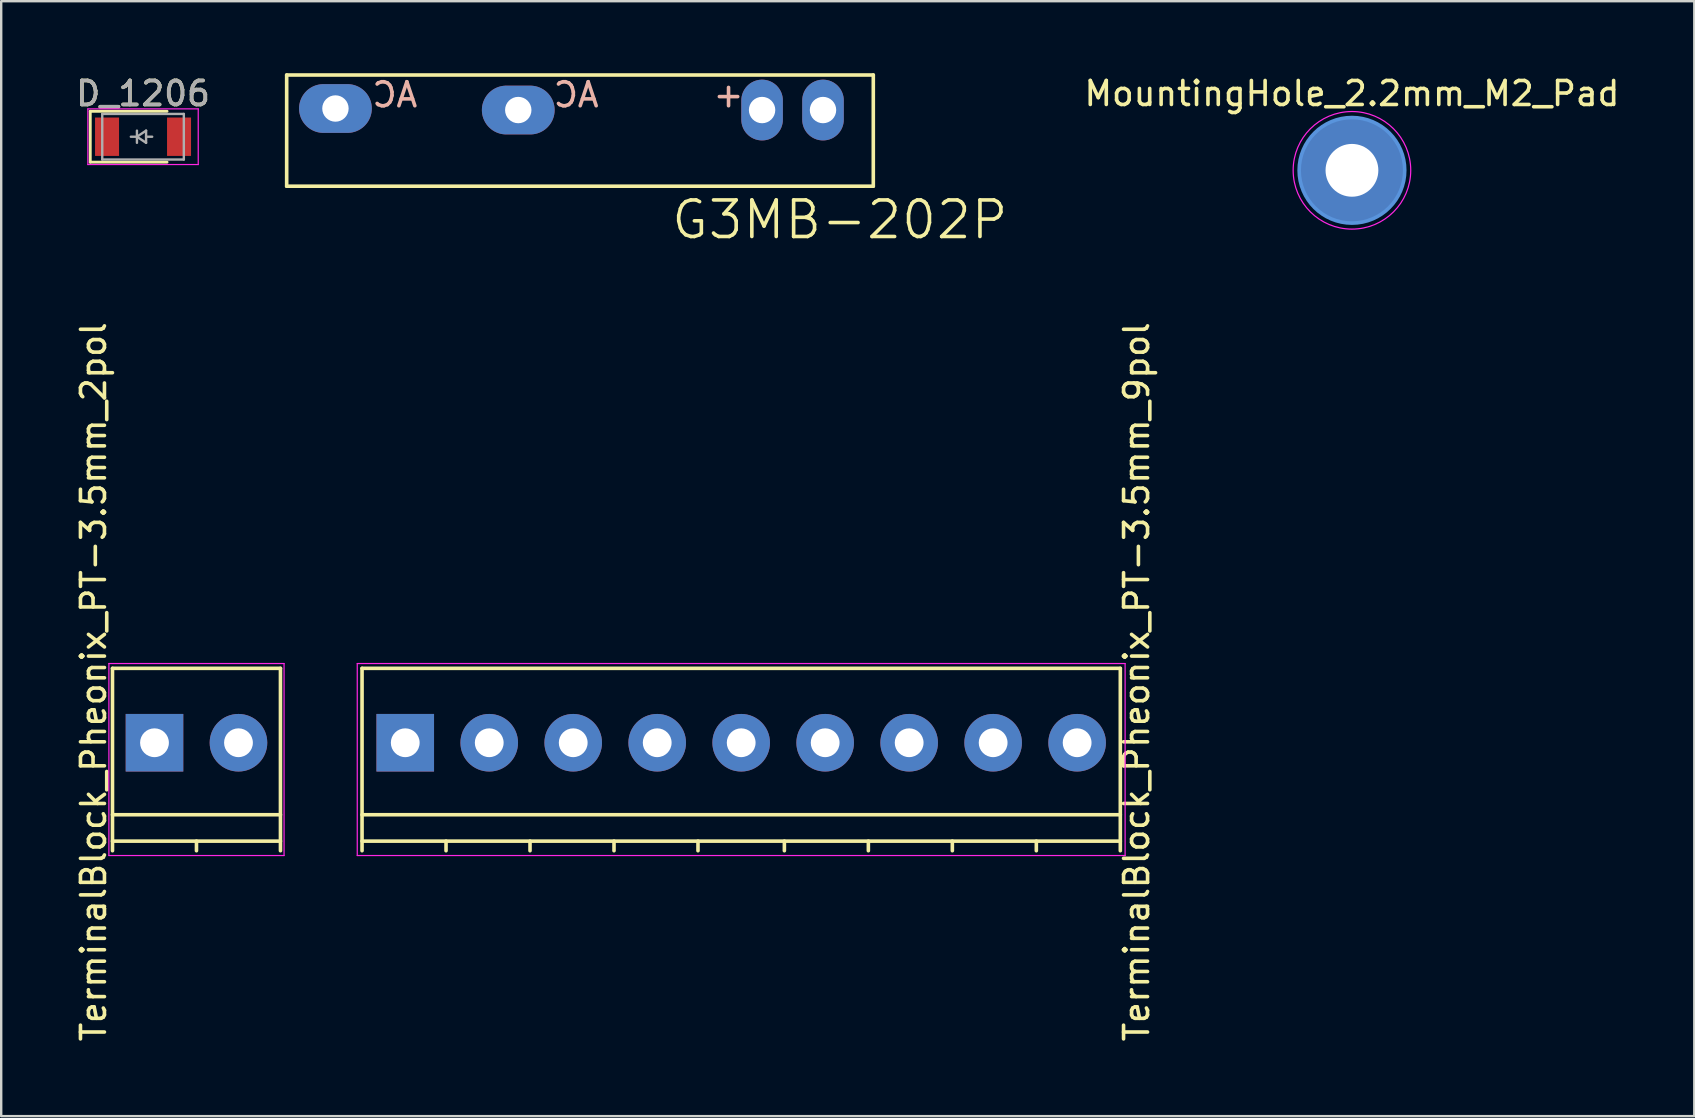
<source format=kicad_pcb>
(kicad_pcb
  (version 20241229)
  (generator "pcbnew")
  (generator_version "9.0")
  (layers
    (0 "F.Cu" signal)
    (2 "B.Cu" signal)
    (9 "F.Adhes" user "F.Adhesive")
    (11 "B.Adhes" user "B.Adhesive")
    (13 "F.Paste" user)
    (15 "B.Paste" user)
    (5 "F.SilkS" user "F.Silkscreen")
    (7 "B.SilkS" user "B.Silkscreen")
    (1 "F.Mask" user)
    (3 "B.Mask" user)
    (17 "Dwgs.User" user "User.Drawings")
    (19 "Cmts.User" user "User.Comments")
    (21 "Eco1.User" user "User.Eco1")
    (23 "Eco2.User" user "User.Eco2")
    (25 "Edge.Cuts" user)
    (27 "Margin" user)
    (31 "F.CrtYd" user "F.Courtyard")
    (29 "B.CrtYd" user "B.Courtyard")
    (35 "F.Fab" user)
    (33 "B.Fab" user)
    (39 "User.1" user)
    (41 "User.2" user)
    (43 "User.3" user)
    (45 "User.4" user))
  (footprint "TerminalBlock_Pheonix_PT-3.5mm_9pol"
    (layer "F.Cu")
    (at 13.838 27.903)
    (property "Reference" "TerminalBlock_Pheonix_PT-3.5mm_9pol" (at 30.48 -2.54 90) (layer "F.SilkS") (effects (font (size 1 1) (thickness 0.15))))
    (attr through_hole)
    (fp_line (start -1.8 -3.1) (end -1.8 4.5) (stroke (width 0.15) (type solid)) (layer "F.SilkS"))
    (fp_line (start -1.8 3) (end 29.8 3) (stroke (width 0.15) (type solid)) (layer "F.SilkS"))
    (fp_line (start -1.8 4.1) (end 29.8 4.1) (stroke (width 0.15) (type solid)) (layer "F.SilkS"))
    (fp_line (start 1.7 4.1) (end 1.7 4.5) (stroke (width 0.15) (type solid)) (layer "F.SilkS"))
    (fp_line (start 5.2 4.1) (end 5.2 4.5) (stroke (width 0.15) (type solid)) (layer "F.SilkS"))
    (fp_line (start 8.7 4.1) (end 8.7 4.5) (stroke (width 0.15) (type solid)) (layer "F.SilkS"))
    (fp_line (start 12.2 4.1) (end 12.2 4.5) (stroke (width 0.15) (type solid)) (layer "F.SilkS"))
    (fp_line (start 15.8 4.1) (end 15.8 4.5) (stroke (width 0.15) (type solid)) (layer "F.SilkS"))
    (fp_line (start 19.3 4.1) (end 19.3 4.5) (stroke (width 0.15) (type solid)) (layer "F.SilkS"))
    (fp_line (start 22.8 4.1) (end 22.8 4.5) (stroke (width 0.15) (type solid)) (layer "F.SilkS"))
    (fp_line (start 26.3 4.1) (end 26.3 4.5) (stroke (width 0.15) (type solid)) (layer "F.SilkS"))
    (fp_line (start 29.8 -3.1) (end -1.8 -3.1) (stroke (width 0.15) (type solid)) (layer "F.SilkS"))
    (fp_line (start 29.8 4.5) (end 29.8 -3.1) (stroke (width 0.15) (type solid)) (layer "F.SilkS"))
    (fp_line (start -2 -3.3) (end 30 -3.3) (stroke (width 0.05) (type solid)) (layer "F.CrtYd"))
    (fp_line (start -2 4.7) (end -2 -3.3) (stroke (width 0.05) (type solid)) (layer "F.CrtYd"))
    (fp_line (start 30 -3.3) (end 30 4.7) (stroke (width 0.05) (type solid)) (layer "F.CrtYd"))
    (fp_line (start 30 4.7) (end -2 4.7) (stroke (width 0.05) (type solid)) (layer "F.CrtYd"))
    (pad "1" thru_hole rect (at 0 0) (size 2.4 2.4) (drill 1.2) (layers "*.Cu" "*.Mask"))
    (pad "2" thru_hole circle (at 3.5 0) (size 2.4 2.4) (drill 1.2) (layers "*.Cu" "*.Mask"))
    (pad "3" thru_hole circle (at 7 0) (size 2.4 2.4) (drill 1.2) (layers "*.Cu" "*.Mask"))
    (pad "4" thru_hole circle (at 10.5 0) (size 2.4 2.4) (drill 1.2) (layers "*.Cu" "*.Mask"))
    (pad "5" thru_hole circle (at 14 0) (size 2.4 2.4) (drill 1.2) (layers "*.Cu" "*.Mask"))
    (pad "6" thru_hole circle (at 17.5 0) (size 2.4 2.4) (drill 1.2) (layers "*.Cu" "*.Mask"))
    (pad "7" thru_hole circle (at 21 0) (size 2.4 2.4) (drill 1.2) (layers "*.Cu" "*.Mask"))
    (pad "8" thru_hole circle (at 24.5 0) (size 2.4 2.4) (drill 1.2) (layers "*.Cu" "*.Mask"))
    (pad "9" thru_hole circle (at 28 0) (size 2.4 2.4) (drill 1.2) (layers "*.Cu" "*.Mask")))
  (footprint "D_1206"
    (layer "F.Cu")
    (at 2.911 2.648)
    (property "Reference" "D_1206" (at 0 -1.8 0) (layer "F.SilkS") (effects (font (size 1 1) (thickness 0.15))))
    (attr smd)
    (fp_line (start -2.2 -1.06) (end -2.2 1.06) (stroke (width 0.12) (type solid)) (layer "F.SilkS"))
    (fp_line (start -2.2 1.06) (end 1 1.06) (stroke (width 0.12) (type solid)) (layer "F.SilkS"))
    (fp_line (start 1 -1.06) (end -2.2 -1.06) (stroke (width 0.12) (type solid)) (layer "F.SilkS"))
    (fp_line (start -2.3 -1.16) (end -2.3 1.16) (stroke (width 0.05) (type solid)) (layer "F.CrtYd"))
    (fp_line (start -2.3 -1.16) (end 2.3 -1.16) (stroke (width 0.05) (type solid)) (layer "F.CrtYd"))
    (fp_line (start -2.3 1.16) (end 2.3 1.16) (stroke (width 0.05) (type solid)) (layer "F.CrtYd"))
    (fp_line (start 2.3 -1.16) (end 2.3 1.16) (stroke (width 0.05) (type solid)) (layer "F.CrtYd"))
    (fp_line (start -1.7 -0.95) (end 1.7 -0.95) (stroke (width 0.1) (type solid)) (layer "F.Fab"))
    (fp_line (start -1.7 0.95) (end -1.7 -0.95) (stroke (width 0.1) (type solid)) (layer "F.Fab"))
    (fp_line (start -0.254 -0.254) (end -0.254 0.254) (stroke (width 0.1) (type solid)) (layer "F.Fab"))
    (fp_line (start -0.254 0) (end -0.508 0) (stroke (width 0.1) (type solid)) (layer "F.Fab"))
    (fp_line (start -0.254 0) (end 0.127 -0.254) (stroke (width 0.1) (type solid)) (layer "F.Fab"))
    (fp_line (start 0.127 -0.254) (end 0.127 0.254) (stroke (width 0.1) (type solid)) (layer "F.Fab"))
    (fp_line (start 0.127 0) (end 0.381 0) (stroke (width 0.1) (type solid)) (layer "F.Fab"))
    (fp_line (start 0.127 0.254) (end -0.254 0) (stroke (width 0.1) (type solid)) (layer "F.Fab"))
    (fp_line (start 1.7 -0.95) (end 1.7 0.95) (stroke (width 0.1) (type solid)) (layer "F.Fab"))
    (fp_line (start 1.7 0.95) (end -1.7 0.95) (stroke (width 0.1) (type solid)) (layer "F.Fab"))
    (fp_text user "${REFERENCE}" (at 0 -1.8 0) (layer "F.Fab") (effects (font (size 1 1) (thickness 0.15))))
    (pad "1" smd rect (at -1.5 0) (size 1 1.6) (layers "F.Cu" "F.Mask" "F.Paste"))
    (pad "2" smd rect (at 1.5 0) (size 1 1.6) (layers "F.Cu" "F.Mask" "F.Paste")))
  (footprint "G3MB-202P"
    (layer "F.Cu")
    (at 20.771 1.536)
    (property "Reference" "G3MB-202P" (at 11.176 4.572 0) (layer "F.SilkS") (effects (font (size 1.524 1.524) (thickness 0.15))))
    (attr exclude_from_pos_files exclude_from_bom)
    (fp_line (start -11.874 3.175) (end -11.874 -1.46) (stroke (width 0.15) (type solid)) (layer "F.SilkS"))
    (fp_line (start -11.874 3.175) (end 12.573 3.175) (stroke (width 0.15) (type solid)) (layer "F.SilkS"))
    (fp_line (start 12.573 -1.46) (end -11.874 -1.46) (stroke (width 0.15) (type solid)) (layer "F.SilkS"))
    (fp_line (start 12.573 -1.46) (end 12.573 3.175) (stroke (width 0.15) (type solid)) (layer "F.SilkS"))
    (fp_text user "AC" (at -7.366 -0.635 0) (layer "B.SilkS") (effects (font (size 1 1) (thickness 0.15)) (justify mirror)))
    (fp_text user "+" (at 6.54 -0.635 0) (layer "B.SilkS") (effects (font (size 1 1) (thickness 0.15)) (justify mirror)))
    (fp_text user "AC" (at 0.191 -0.635 0) (layer "B.SilkS") (effects (font (size 1 1) (thickness 0.15)) (justify mirror)))
    (pad "1" thru_hole oval (at -9.842 -0.064) (size 3.032 2.032) (drill 1.1) (layers "*.Cu" "*.Mask"))
    (pad "2" thru_hole oval (at -2.223 0) (size 3.032 2.032) (drill 1.1) (layers "*.Cu" "*.Mask"))
    (pad "3" thru_hole oval (at 7.938 0) (size 1.732 2.532) (drill 1.1) (layers "*.Cu" "*.Mask"))
    (pad "4" thru_hole oval (at 10.477 0) (size 1.732 2.532) (drill 1.1) (layers "*.Cu" "*.Mask")))
  (footprint "MountingHole_2.2mm_M2_Pad"
    (layer "F.Cu")
    (at 53.291 4.048)
    (property "Reference" "MountingHole_2.2mm_M2_Pad" (at 0 -3.2 0) (layer "F.SilkS") (effects (font (size 1 1) (thickness 0.15))))
    (attr through_hole)
    (fp_circle (center 0 0) (end 2.2 0) (stroke (width 0.15) (type solid)) (fill no) (layer "Cmts.User"))
    (fp_circle (center 0 0) (end 2.45 0) (stroke (width 0.05) (type solid)) (fill no) (layer "F.CrtYd"))
    (pad "1" thru_hole circle (at 0 0) (size 4.4 4.4) (drill 2.2) (layers "*.Cu" "*.Mask")))
  (footprint "TerminalBlock_Pheonix_PT-3.5mm_2pol"
    (layer "F.Cu")
    (at 3.388 27.903)
    (property "Reference" "TerminalBlock_Pheonix_PT-3.5mm_2pol" (at -2.54 -2.54 90) (layer "F.SilkS") (effects (font (size 1 1) (thickness 0.15))))
    (attr through_hole)
    (fp_line (start -1.75 -3.1) (end -1.75 4.5) (stroke (width 0.15) (type solid)) (layer "F.SilkS"))
    (fp_line (start -1.75 3) (end 5.25 3) (stroke (width 0.15) (type solid)) (layer "F.SilkS"))
    (fp_line (start -1.75 4.1) (end 5.25 4.1) (stroke (width 0.15) (type solid)) (layer "F.SilkS"))
    (fp_line (start 1.75 4.1) (end 1.75 4.5) (stroke (width 0.15) (type solid)) (layer "F.SilkS"))
    (fp_line (start 5.25 -3.1) (end -1.75 -3.1) (stroke (width 0.15) (type solid)) (layer "F.SilkS"))
    (fp_line (start 5.25 4.5) (end 5.25 -3.1) (stroke (width 0.15) (type solid)) (layer "F.SilkS"))
    (fp_line (start -1.9 -3.3) (end 5.4 -3.3) (stroke (width 0.05) (type solid)) (layer "F.CrtYd"))
    (fp_line (start -1.9 4.7) (end -1.9 -3.3) (stroke (width 0.05) (type solid)) (layer "F.CrtYd"))
    (fp_line (start 5.4 -3.3) (end 5.4 4.7) (stroke (width 0.05) (type solid)) (layer "F.CrtYd"))
    (fp_line (start 5.4 4.7) (end -1.9 4.7) (stroke (width 0.05) (type solid)) (layer "F.CrtYd"))
    (pad "1" thru_hole rect (at 0 0) (size 2.4 2.4) (drill 1.2) (layers "*.Cu" "*.Mask"))
    (pad "2" thru_hole circle (at 3.5 0) (size 2.4 2.4) (drill 1.2) (layers "*.Cu" "*.Mask")))
  (gr_rect
    (start -3 -3)
    (end 67.558 43.465)
    (stroke (width 0.1) (type default))
    (fill no)
    (layer "Edge.Cuts")))
</source>
